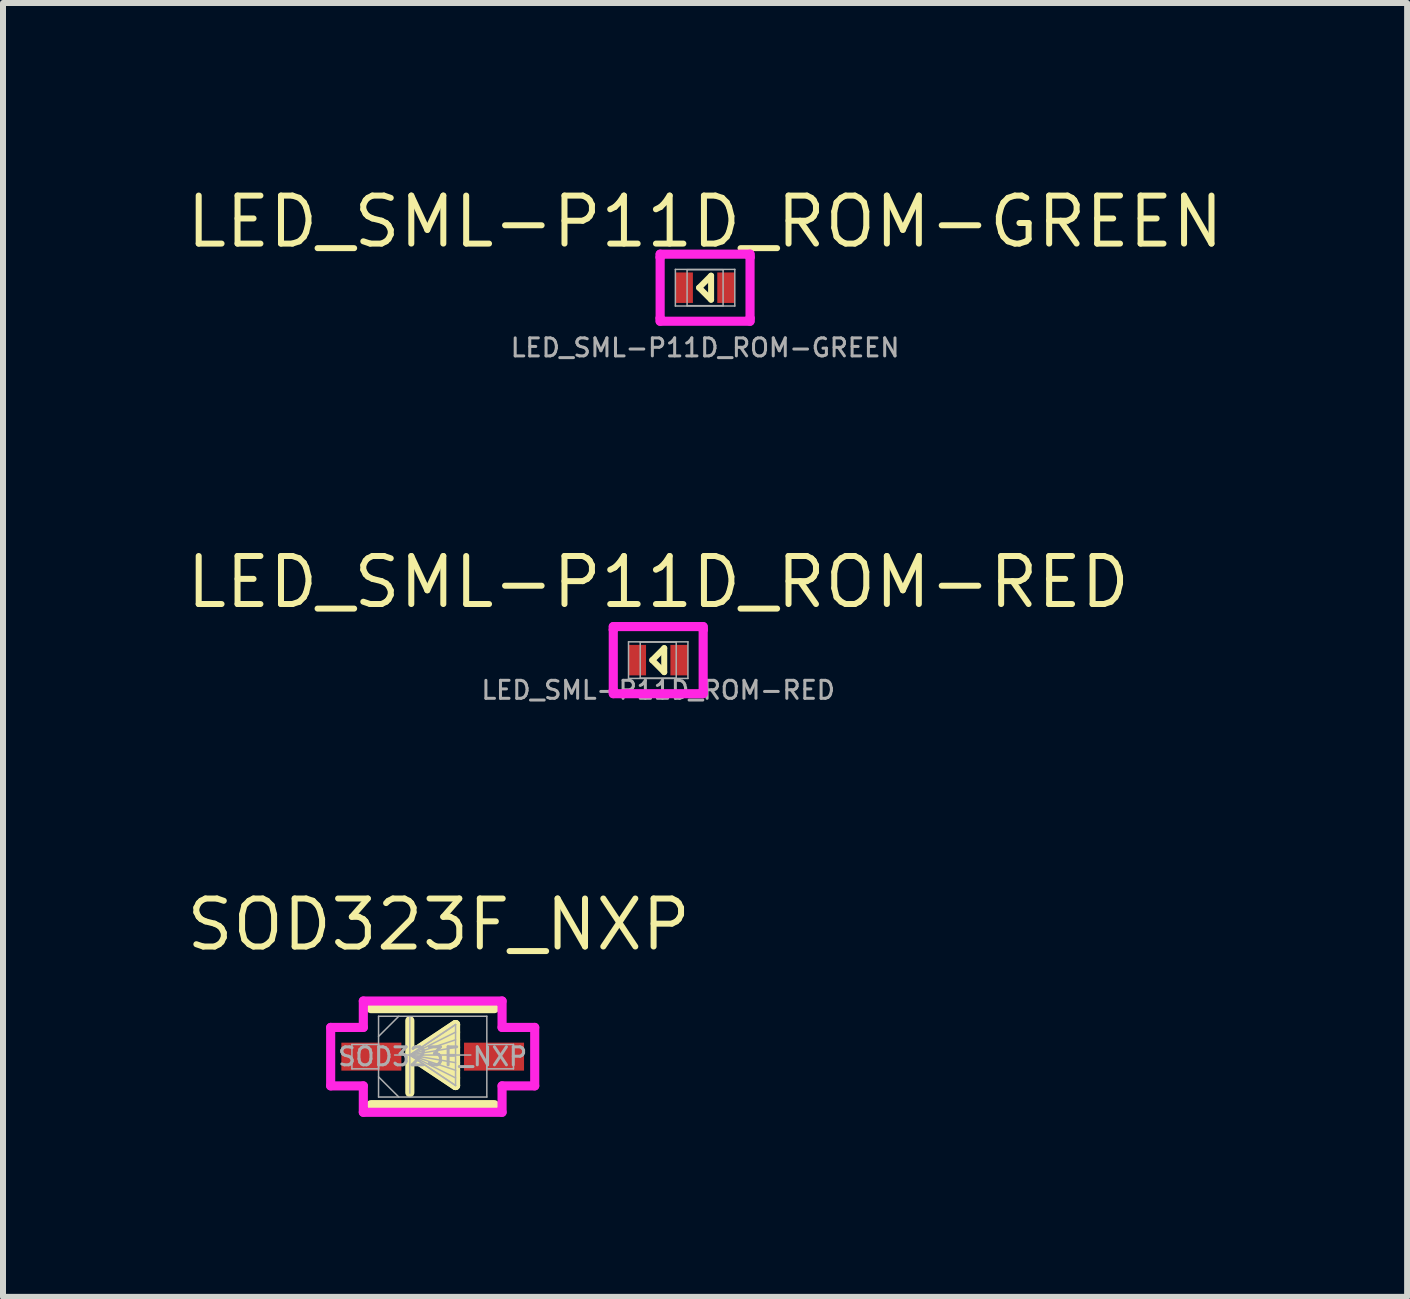
<source format=kicad_pcb>
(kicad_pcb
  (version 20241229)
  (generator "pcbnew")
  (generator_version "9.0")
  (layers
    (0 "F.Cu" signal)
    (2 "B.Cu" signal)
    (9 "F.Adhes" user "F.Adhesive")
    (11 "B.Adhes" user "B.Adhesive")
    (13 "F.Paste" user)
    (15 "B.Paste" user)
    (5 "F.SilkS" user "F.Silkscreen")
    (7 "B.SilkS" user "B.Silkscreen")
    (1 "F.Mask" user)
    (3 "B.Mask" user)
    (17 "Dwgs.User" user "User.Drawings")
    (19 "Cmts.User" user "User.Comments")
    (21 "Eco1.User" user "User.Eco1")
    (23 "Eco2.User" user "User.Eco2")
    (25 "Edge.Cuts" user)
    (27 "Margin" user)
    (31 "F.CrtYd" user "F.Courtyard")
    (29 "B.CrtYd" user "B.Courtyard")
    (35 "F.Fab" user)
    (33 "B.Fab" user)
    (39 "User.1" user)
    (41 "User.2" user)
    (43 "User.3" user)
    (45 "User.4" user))
  (footprint "LED_SML-P11D_ROM-GREEN"
    (layer "F.Cu")
    (at 8.699 1.744)
    (property "Reference" "LED_SML-P11D_ROM-GREEN" (at 0 -1.1 0) (unlocked yes) (layer "F.SilkS") (effects (font (size 0.8 0.8) (thickness 0.1))))
    (attr smd)
    (fp_line (start 0.1 -0.2) (end -0.1 0) (stroke (width 0.1) (type solid)) (layer "F.SilkS"))
    (fp_line (start 0.1 0.2) (end -0.1 0) (stroke (width 0.1) (type solid)) (layer "F.SilkS"))
    (fp_line (start 0.1 0.2) (end 0.1 -0.2) (stroke (width 0.1) (type solid)) (layer "F.SilkS"))
    (fp_line (start -0.749 -0.559) (end 0.749 -0.559) (stroke (width 0.152) (type solid)) (layer "F.CrtYd"))
    (fp_line (start -0.749 -0.508) (end -0.749 -0.559) (stroke (width 0.152) (type solid)) (layer "F.CrtYd"))
    (fp_line (start -0.749 -0.508) (end -0.749 -0.508) (stroke (width 0.152) (type solid)) (layer "F.CrtYd"))
    (fp_line (start -0.749 0.508) (end -0.749 -0.508) (stroke (width 0.152) (type solid)) (layer "F.CrtYd"))
    (fp_line (start -0.749 0.508) (end -0.749 0.508) (stroke (width 0.152) (type solid)) (layer "F.CrtYd"))
    (fp_line (start -0.749 0.559) (end -0.749 0.508) (stroke (width 0.152) (type solid)) (layer "F.CrtYd"))
    (fp_line (start 0.749 -0.559) (end 0.749 -0.508) (stroke (width 0.152) (type solid)) (layer "F.CrtYd"))
    (fp_line (start 0.749 -0.508) (end 0.749 -0.508) (stroke (width 0.152) (type solid)) (layer "F.CrtYd"))
    (fp_line (start 0.749 -0.508) (end 0.749 0.508) (stroke (width 0.152) (type solid)) (layer "F.CrtYd"))
    (fp_line (start 0.749 0.508) (end 0.749 0.508) (stroke (width 0.152) (type solid)) (layer "F.CrtYd"))
    (fp_line (start 0.749 0.508) (end 0.749 0.559) (stroke (width 0.152) (type solid)) (layer "F.CrtYd"))
    (fp_line (start 0.749 0.559) (end -0.749 0.559) (stroke (width 0.152) (type solid)) (layer "F.CrtYd"))
    (fp_line (start -0.495 -0.305) (end -0.495 0.305) (stroke (width 0.025) (type solid)) (layer "F.Fab"))
    (fp_line (start -0.495 0.305) (end 0.495 0.305) (stroke (width 0.025) (type solid)) (layer "F.Fab"))
    (fp_line (start -0.3 -0.3) (end -0.3 0.3) (stroke (width 0.025) (type solid)) (layer "F.Fab"))
    (fp_line (start -0.3 0.3) (end 0.3 0.3) (stroke (width 0.025) (type solid)) (layer "F.Fab"))
    (fp_line (start 0.3 -0.3) (end -0.3 -0.3) (stroke (width 0.025) (type solid)) (layer "F.Fab"))
    (fp_line (start 0.3 0.3) (end 0.3 -0.3) (stroke (width 0.025) (type solid)) (layer "F.Fab"))
    (fp_line (start 0.495 -0.305) (end -0.495 -0.305) (stroke (width 0.025) (type solid)) (layer "F.Fab"))
    (fp_line (start 0.495 0.305) (end 0.495 -0.305) (stroke (width 0.025) (type solid)) (layer "F.Fab"))
    (fp_text user "${REFERENCE}" (at 0 1 0) (unlocked yes) (layer "F.Fab") (effects (font (size 0.3 0.3) (thickness 0.05) (bold yes))))
    (pad "1" smd rect (at -0.349 0) (size 0.292 0.508) (layers "F.Cu" "F.Mask" "F.Paste"))
    (pad "2" smd rect (at 0.349 0) (size 0.292 0.508) (layers "F.Cu" "F.Mask" "F.Paste"))
    (zone (net_name "") (layer "F.Cu") (hatch full 0.508) (connect_pads) (min_thickness 0.254) (filled_areas_thickness no) (keepout (tracks not_allowed) (vias not_allowed) (pads allowed) (copperpour not_allowed) (footprints allowed)) (placement (enabled no)) (fill) (polygon (pts (xy 8.546 1.49) (xy 8.851 1.49) (xy 8.851 1.998) (xy 8.546 1.998)))))
  (footprint "LED_SML-P11D_ROM-RED"
    (layer "F.Cu")
    (at 7.918 7.95)
    (property "Reference" "LED_SML-P11D_ROM-RED" (at 0 -1.3 0) (unlocked yes) (layer "F.SilkS") (effects (font (size 0.8 0.8) (thickness 0.1))))
    (attr smd)
    (fp_line (start 0.1 -0.2) (end -0.1 0) (stroke (width 0.1) (type solid)) (layer "F.SilkS"))
    (fp_line (start 0.1 0.2) (end -0.1 0) (stroke (width 0.1) (type solid)) (layer "F.SilkS"))
    (fp_line (start 0.1 0.2) (end 0.1 -0.2) (stroke (width 0.1) (type solid)) (layer "F.SilkS"))
    (fp_line (start -0.749 -0.559) (end 0.749 -0.559) (stroke (width 0.152) (type solid)) (layer "F.CrtYd"))
    (fp_line (start -0.749 -0.508) (end -0.749 -0.559) (stroke (width 0.152) (type solid)) (layer "F.CrtYd"))
    (fp_line (start -0.749 -0.508) (end -0.749 -0.508) (stroke (width 0.152) (type solid)) (layer "F.CrtYd"))
    (fp_line (start -0.749 0.508) (end -0.749 -0.508) (stroke (width 0.152) (type solid)) (layer "F.CrtYd"))
    (fp_line (start -0.749 0.508) (end -0.749 0.508) (stroke (width 0.152) (type solid)) (layer "F.CrtYd"))
    (fp_line (start -0.749 0.559) (end -0.749 0.508) (stroke (width 0.152) (type solid)) (layer "F.CrtYd"))
    (fp_line (start 0.749 -0.559) (end 0.749 -0.508) (stroke (width 0.152) (type solid)) (layer "F.CrtYd"))
    (fp_line (start 0.749 -0.508) (end 0.749 -0.508) (stroke (width 0.152) (type solid)) (layer "F.CrtYd"))
    (fp_line (start 0.749 -0.508) (end 0.749 0.508) (stroke (width 0.152) (type solid)) (layer "F.CrtYd"))
    (fp_line (start 0.749 0.508) (end 0.749 0.508) (stroke (width 0.152) (type solid)) (layer "F.CrtYd"))
    (fp_line (start 0.749 0.508) (end 0.749 0.559) (stroke (width 0.152) (type solid)) (layer "F.CrtYd"))
    (fp_line (start 0.749 0.559) (end -0.749 0.559) (stroke (width 0.152) (type solid)) (layer "F.CrtYd"))
    (fp_line (start -0.495 -0.305) (end -0.495 0.305) (stroke (width 0.025) (type solid)) (layer "F.Fab"))
    (fp_line (start -0.495 0.305) (end 0.495 0.305) (stroke (width 0.025) (type solid)) (layer "F.Fab"))
    (fp_line (start -0.3 -0.3) (end -0.3 0.3) (stroke (width 0.025) (type solid)) (layer "F.Fab"))
    (fp_line (start -0.3 0.3) (end 0.3 0.3) (stroke (width 0.025) (type solid)) (layer "F.Fab"))
    (fp_line (start 0.3 -0.3) (end -0.3 -0.3) (stroke (width 0.025) (type solid)) (layer "F.Fab"))
    (fp_line (start 0.3 0.3) (end 0.3 -0.3) (stroke (width 0.025) (type solid)) (layer "F.Fab"))
    (fp_line (start 0.495 -0.305) (end -0.495 -0.305) (stroke (width 0.025) (type solid)) (layer "F.Fab"))
    (fp_line (start 0.495 0.305) (end 0.495 -0.305) (stroke (width 0.025) (type solid)) (layer "F.Fab"))
    (fp_text user "${REFERENCE}" (at 0 0.5 0) (unlocked yes) (layer "F.Fab") (effects (font (size 0.3 0.3) (thickness 0.05) (bold yes))))
    (pad "1" smd rect (at -0.349 0) (size 0.292 0.508) (layers "F.Cu" "F.Mask" "F.Paste"))
    (pad "2" smd rect (at 0.349 0) (size 0.292 0.508) (layers "F.Cu" "F.Mask" "F.Paste"))
    (zone (net_name "") (layer "F.Cu") (hatch full 0.508) (connect_pads) (min_thickness 0.254) (filled_areas_thickness no) (keepout (tracks not_allowed) (vias not_allowed) (pads allowed) (copperpour not_allowed) (footprints allowed)) (placement (enabled no)) (fill) (polygon (pts (xy 7.765 7.696) (xy 8.07 7.696) (xy 8.07 8.204) (xy 7.765 8.204)))))
  (footprint "SOD323F_NXP"
    (layer "F.Cu")
    (at 4.16 14.557)
    (property "Reference" "SOD323F_NXP" (at 0.1 -2.2 0) (unlocked yes) (layer "F.SilkS") (effects (font (size 0.8 0.8) (thickness 0.1))))
    (attr smd)
    (fp_line (start -1.029 0.8) (end 1.029 0.8) (stroke (width 0.152) (type solid)) (layer "F.SilkS"))
    (fp_line (start -0.381 -0.6) (end -0.381 0.6) (stroke (width 0.152) (type solid)) (layer "F.SilkS"))
    (fp_line (start -0.381 -0.027) (end 0.381 -0.535) (stroke (width 0.152) (type solid)) (layer "F.SilkS"))
    (fp_line (start -0.381 -0.027) (end 0.381 -0.535) (stroke (width 0.152) (type solid)) (layer "F.SilkS"))
    (fp_line (start -0.381 -0.027) (end 0.381 -0.408) (stroke (width 0.152) (type solid)) (layer "F.SilkS"))
    (fp_line (start -0.381 -0.027) (end 0.381 -0.281) (stroke (width 0.152) (type solid)) (layer "F.SilkS"))
    (fp_line (start -0.381 -0.027) (end 0.381 -0.154) (stroke (width 0.152) (type solid)) (layer "F.SilkS"))
    (fp_line (start -0.381 -0.027) (end 0.381 0.1) (stroke (width 0.152) (type solid)) (layer "F.SilkS"))
    (fp_line (start -0.381 -0.027) (end 0.381 0.227) (stroke (width 0.152) (type solid)) (layer "F.SilkS"))
    (fp_line (start -0.381 -0.027) (end 0.381 0.354) (stroke (width 0.152) (type solid)) (layer "F.SilkS"))
    (fp_line (start -0.381 -0.027) (end 0.381 0.481) (stroke (width 0.152) (type solid)) (layer "F.SilkS"))
    (fp_line (start -0.381 -0.027) (end 0.381 0.481) (stroke (width 0.152) (type solid)) (layer "F.SilkS"))
    (fp_line (start 0.381 -0.535) (end 0.381 0.481) (stroke (width 0.152) (type solid)) (layer "F.SilkS"))
    (fp_line (start 0.381 -0.027) (end -0.381 -0.027) (stroke (width 0.152) (type solid)) (layer "F.SilkS"))
    (fp_line (start 1.029 -0.8) (end -1.029 -0.8) (stroke (width 0.152) (type solid)) (layer "F.SilkS"))
    (fp_line (start -1.7 -0.487) (end -1.156 -0.487) (stroke (width 0.152) (type solid)) (layer "F.CrtYd"))
    (fp_line (start -1.7 0.487) (end -1.7 -0.487) (stroke (width 0.152) (type solid)) (layer "F.CrtYd"))
    (fp_line (start -1.156 -0.927) (end 1.156 -0.927) (stroke (width 0.152) (type solid)) (layer "F.CrtYd"))
    (fp_line (start -1.156 -0.487) (end -1.156 -0.927) (stroke (width 0.152) (type solid)) (layer "F.CrtYd"))
    (fp_line (start -1.156 0.487) (end -1.7 0.487) (stroke (width 0.152) (type solid)) (layer "F.CrtYd"))
    (fp_line (start -1.156 0.927) (end -1.156 0.487) (stroke (width 0.152) (type solid)) (layer "F.CrtYd"))
    (fp_line (start 1.156 -0.927) (end 1.156 -0.487) (stroke (width 0.152) (type solid)) (layer "F.CrtYd"))
    (fp_line (start 1.156 -0.487) (end 1.7 -0.487) (stroke (width 0.152) (type solid)) (layer "F.CrtYd"))
    (fp_line (start 1.156 0.487) (end 1.156 0.927) (stroke (width 0.152) (type solid)) (layer "F.CrtYd"))
    (fp_line (start 1.156 0.927) (end -1.156 0.927) (stroke (width 0.152) (type solid)) (layer "F.CrtYd"))
    (fp_line (start 1.7 -0.487) (end 1.7 0.487) (stroke (width 0.152) (type solid)) (layer "F.CrtYd"))
    (fp_line (start 1.7 0.487) (end 1.156 0.487) (stroke (width 0.152) (type solid)) (layer "F.CrtYd"))
    (fp_line (start -1.346 -0.203) (end -1.346 0.203) (stroke (width 0.025) (type solid)) (layer "F.Fab"))
    (fp_line (start -1.346 0.203) (end -0.902 0.203) (stroke (width 0.025) (type solid)) (layer "F.Fab"))
    (fp_line (start -0.902 -0.673) (end -0.902 0.673) (stroke (width 0.025) (type solid)) (layer "F.Fab"))
    (fp_line (start -0.902 -0.337) (end -0.565 -0.673) (stroke (width 0.025) (type solid)) (layer "F.Fab"))
    (fp_line (start -0.902 -0.203) (end -1.346 -0.203) (stroke (width 0.025) (type solid)) (layer "F.Fab"))
    (fp_line (start -0.902 0.203) (end -0.902 -0.203) (stroke (width 0.025) (type solid)) (layer "F.Fab"))
    (fp_line (start -0.902 0.337) (end -0.565 0.673) (stroke (width 0.025) (type solid)) (layer "F.Fab"))
    (fp_line (start -0.902 0.673) (end 0.902 0.673) (stroke (width 0.025) (type solid)) (layer "F.Fab"))
    (fp_line (start -0.381 -0.662) (end -0.381 0.608) (stroke (width 0.025) (type solid)) (layer "F.Fab"))
    (fp_line (start -0.381 -0.027) (end 0.381 -0.535) (stroke (width 0.025) (type solid)) (layer "F.Fab"))
    (fp_line (start -0.381 -0.027) (end 0.381 -0.535) (stroke (width 0.025) (type solid)) (layer "F.Fab"))
    (fp_line (start -0.381 -0.027) (end 0.381 -0.408) (stroke (width 0.025) (type solid)) (layer "F.Fab"))
    (fp_line (start -0.381 -0.027) (end 0.381 -0.281) (stroke (width 0.025) (type solid)) (layer "F.Fab"))
    (fp_line (start -0.381 -0.027) (end 0.381 -0.154) (stroke (width 0.025) (type solid)) (layer "F.Fab"))
    (fp_line (start -0.381 -0.027) (end 0.381 0.1) (stroke (width 0.025) (type solid)) (layer "F.Fab"))
    (fp_line (start -0.381 -0.027) (end 0.381 0.227) (stroke (width 0.025) (type solid)) (layer "F.Fab"))
    (fp_line (start -0.381 -0.027) (end 0.381 0.354) (stroke (width 0.025) (type solid)) (layer "F.Fab"))
    (fp_line (start -0.381 -0.027) (end 0.381 0.481) (stroke (width 0.025) (type solid)) (layer "F.Fab"))
    (fp_line (start -0.381 -0.027) (end 0.381 0.481) (stroke (width 0.025) (type solid)) (layer "F.Fab"))
    (fp_line (start 0.381 -0.535) (end 0.381 0.481) (stroke (width 0.025) (type solid)) (layer "F.Fab"))
    (fp_line (start 0.635 -0.027) (end -0.635 -0.027) (stroke (width 0.025) (type solid)) (layer "F.Fab"))
    (fp_line (start 0.902 -0.673) (end -0.902 -0.673) (stroke (width 0.025) (type solid)) (layer "F.Fab"))
    (fp_line (start 0.902 -0.203) (end 0.902 0.203) (stroke (width 0.025) (type solid)) (layer "F.Fab"))
    (fp_line (start 0.902 0.203) (end 1.346 0.203) (stroke (width 0.025) (type solid)) (layer "F.Fab"))
    (fp_line (start 0.902 0.673) (end 0.902 -0.673) (stroke (width 0.025) (type solid)) (layer "F.Fab"))
    (fp_line (start 1.346 -0.203) (end 0.902 -0.203) (stroke (width 0.025) (type solid)) (layer "F.Fab"))
    (fp_line (start 1.346 0.203) (end 1.346 -0.203) (stroke (width 0.025) (type solid)) (layer "F.Fab"))
    (fp_text user "${REFERENCE}" (at 0 0 0) (unlocked yes) (layer "F.Fab") (effects (font (size 0.3 0.3) (thickness 0.05) (bold yes))))
    (pad "1" smd rect (at -1.022 0) (size 1 0.466) (layers "F.Cu" "F.Mask" "F.Paste"))
    (pad "2" smd rect (at 1.022 0) (size 1 0.466) (layers "F.Cu" "F.Mask" "F.Paste")))
  (gr_rect
    (start -3 -3)
    (end 20.397 18.56)
    (stroke (width 0.1) (type default))
    (fill no)
    (layer "Edge.Cuts")))
</source>
